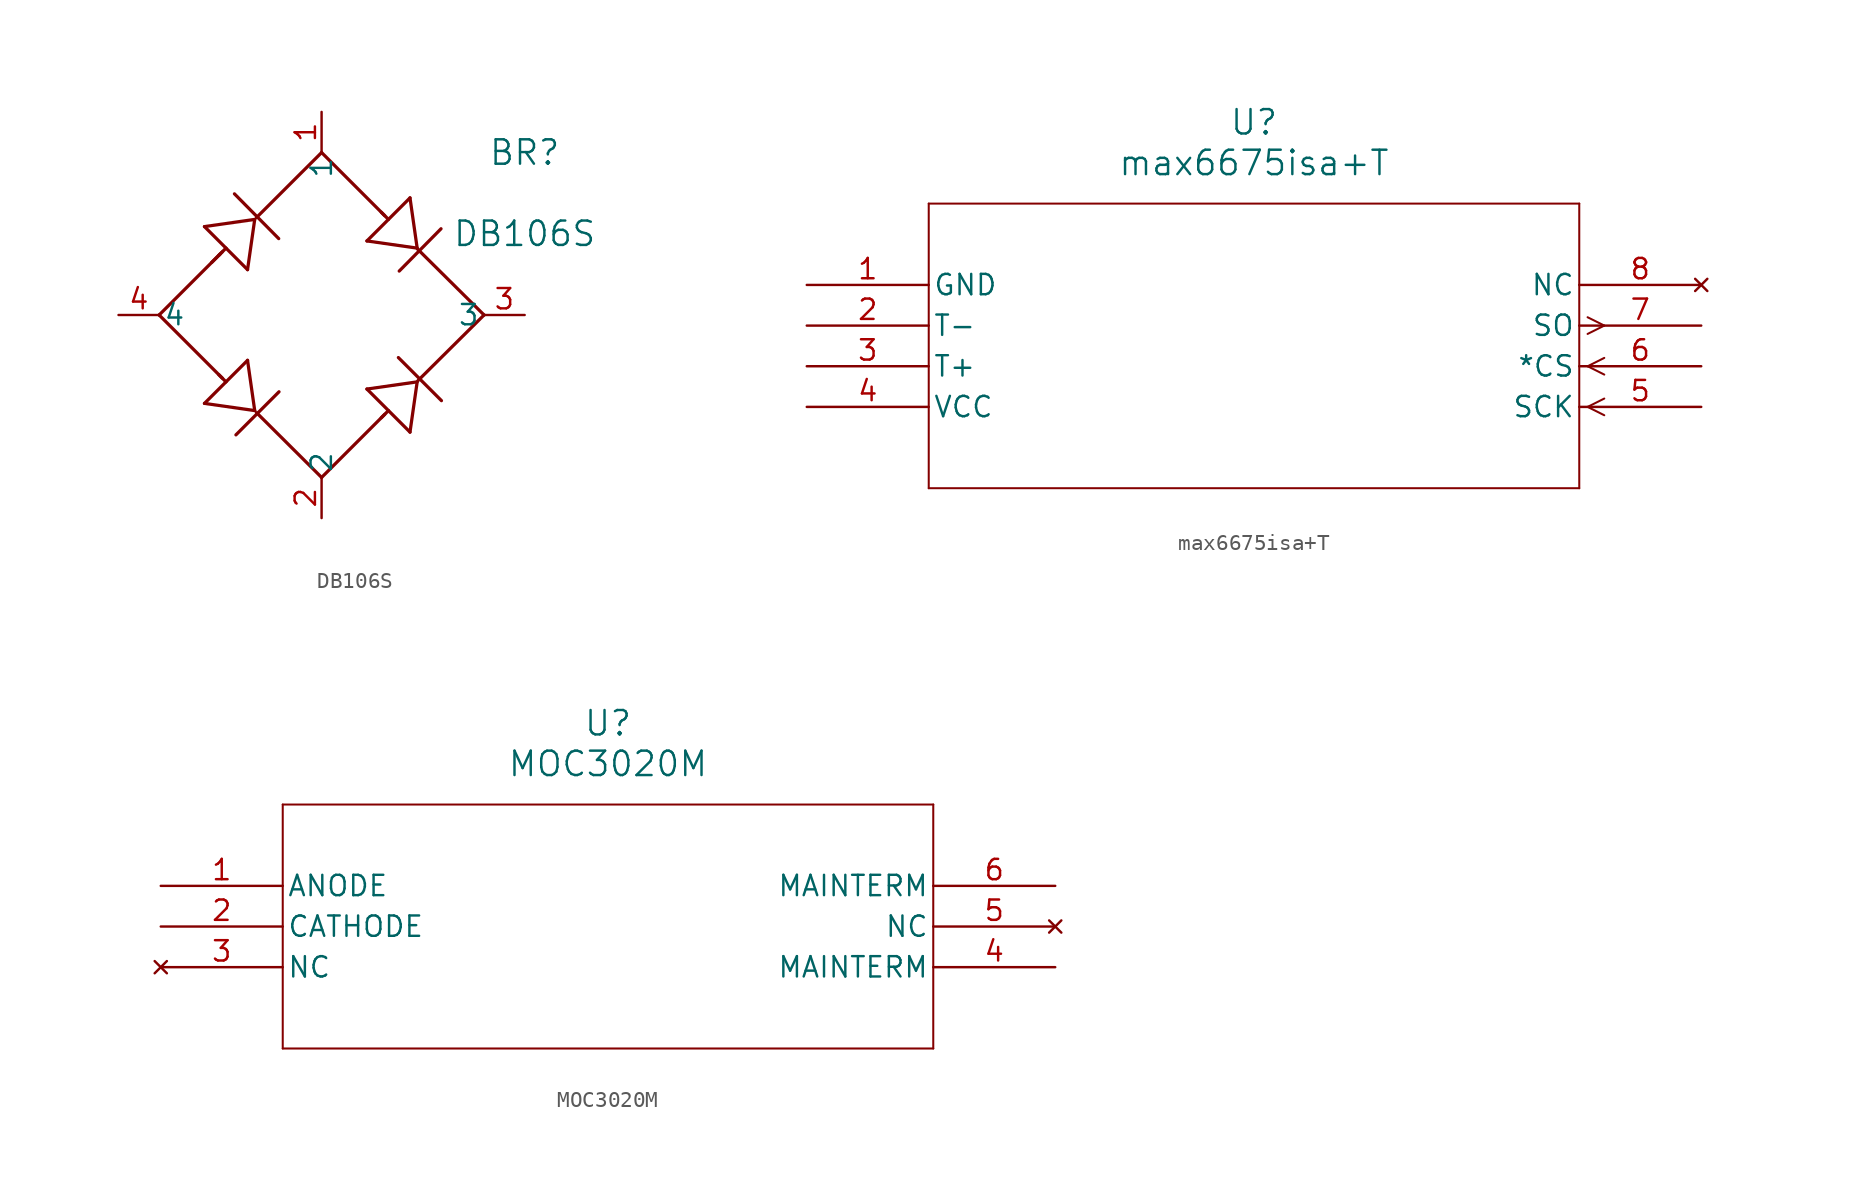
<source format=kicad_sym>
(kicad_symbol_lib
  (version 20241209)
  (generator "kicad_symbol_editor")
  (generator_version "9.0")
  (symbol "DB106S"
    (pin_names
      (offset 0.254))
    (property "Reference" "BR"
      (at 25.4 10.16 0)
      (effects (font (size 1.524 1.524))))
    (property "Value" "DB106S"
      (at 25.4 5.08 0)
      (effects (font (size 1.524 1.524))))
    (property "ki_locked" ""
      (at 0 0 0)
      (effects (font (size 1.27 1.27))))
    (symbol "DB106S_0_1"
      (polyline (pts (xy 2.54 0) (xy 6.35 3.81)) (stroke (width 0.203) (type default)) (fill (type none)))
      (polyline (pts (xy 2.54 0) (xy 6.489 -3.949)) (stroke (width 0.203) (type default)) (fill (type none)))
      (polyline (pts (xy 5.375 5.529) (xy 8.069 2.835)) (stroke (width 0.203) (type default)) (fill (type none)))
      (polyline (pts (xy 5.375 -5.529) (xy 8.518 -5.978)) (stroke (width 0.203) (type default)) (fill (type none)))
      (polyline (pts (xy 5.824 3.284) (xy 6.489 3.949)) (stroke (width 0.203) (type default)) (fill (type none)))
      (polyline (pts (xy 6.273 3.733) (xy 6.722 4.182)) (stroke (width 0.203) (type default)) (fill (type none)))
      (polyline (pts (xy 6.273 -3.733) (xy 6.722 -4.182)) (stroke (width 0.203) (type default)) (fill (type none)))
      (polyline (pts (xy 7.343 -7.496) (xy 10.037 -4.802)) (stroke (width 0.203) (type default)) (fill (type none)))
      (polyline (pts (xy 8.069 2.835) (xy 8.518 5.978)) (stroke (width 0.203) (type default)) (fill (type none)))
      (polyline (pts (xy 8.069 -2.835) (xy 5.375 -5.529)) (stroke (width 0.203) (type default)) (fill (type none)))
      (polyline (pts (xy 8.518 5.978) (xy 5.375 5.529)) (stroke (width 0.203) (type default)) (fill (type none)))
      (polyline (pts (xy 8.518 -5.978) (xy 8.069 -2.835)) (stroke (width 0.203) (type default)) (fill (type none)))
      (polyline (pts (xy 8.634 6.1) (xy 12.7 10.16)) (stroke (width 0.203) (type default)) (fill (type none)))
      (polyline (pts (xy 10.019 4.777) (xy 7.25 7.577)) (stroke (width 0.203) (type default)) (fill (type none)))
      (polyline (pts (xy 12.7 10.16) (xy 16.648 6.212)) (stroke (width 0.203) (type default)) (fill (type none)))
      (polyline (pts (xy 12.7 -10.16) (xy 8.634 -6.111)) (stroke (width 0.203) (type default)) (fill (type none)))
      (polyline (pts (xy 12.7 -10.16) (xy 16.648 -6.212)) (stroke (width 0.203) (type default)) (fill (type none)))
      (polyline (pts (xy 15.535 4.631) (xy 18.678 4.182)) (stroke (width 0.203) (type default)) (fill (type none)))
      (polyline (pts (xy 15.535 -4.631) (xy 18.229 -7.325)) (stroke (width 0.203) (type default)) (fill (type none)))
      (polyline (pts (xy 16.433 6.427) (xy 16.882 5.978)) (stroke (width 0.203) (type default)) (fill (type none)))
      (polyline (pts (xy 16.433 -6.427) (xy 16.882 -5.978)) (stroke (width 0.203) (type default)) (fill (type none)))
      (polyline (pts (xy 17.555 2.747) (xy 20.169 5.393)) (stroke (width 0.203) (type default)) (fill (type none)))
      (polyline (pts (xy 18.229 7.325) (xy 15.535 4.631)) (stroke (width 0.203) (type default)) (fill (type none)))
      (polyline (pts (xy 18.229 -7.325) (xy 18.678 -4.182)) (stroke (width 0.203) (type default)) (fill (type none)))
      (polyline (pts (xy 18.678 4.182) (xy 18.229 7.325)) (stroke (width 0.203) (type default)) (fill (type none)))
      (polyline (pts (xy 18.678 -4.182) (xy 15.535 -4.631)) (stroke (width 0.203) (type default)) (fill (type none)))
      (polyline (pts (xy 20.196 -5.357) (xy 17.502 -2.663)) (stroke (width 0.203) (type default)) (fill (type none)))
      (polyline (pts (xy 22.86 0) (xy 18.693 4.131)) (stroke (width 0.203) (type default)) (fill (type none)))
      (polyline (pts (xy 22.86 0) (xy 18.736 -4.096)) (stroke (width 0.203) (type default)) (fill (type none)))
      (pin unspecified line (at 0 0 0) (length 2.54) (name "4" (effects (font (size 1.27 1.27)))) (number "4" (effects (font (size 1.27 1.27)))))
      (pin unspecified line (at 12.7 12.7 270) (length 2.54) (name "1" (effects (font (size 1.27 1.27)))) (number "1" (effects (font (size 1.27 1.27)))))
      (pin unspecified line (at 12.7 -12.7 90) (length 2.54) (name "2" (effects (font (size 1.27 1.27)))) (number "2" (effects (font (size 1.27 1.27)))))
      (pin unspecified line (at 25.4 0 180) (length 2.54) (name "3" (effects (font (size 1.27 1.27)))) (number "3" (effects (font (size 1.27 1.27)))))))
  (symbol "max6675isa+T"
    (pin_names
      (offset 0.254))
    (property "Reference" "U"
      (at 27.94 10.16 0)
      (effects (font (size 1.524 1.524))))
    (property "Value" "max6675isa+T"
      (at 27.94 7.62 0)
      (effects (font (size 1.524 1.524))))
    (property "ki_locked" ""
      (at 0 0 0)
      (effects (font (size 1.27 1.27))))
    (symbol "max6675isa+T_0_1"
      (polyline (pts (xy 7.62 5.08) (xy 7.62 -12.7)) (stroke (width 0.127) (type default)) (fill (type none)))
      (polyline (pts (xy 7.62 -12.7) (xy 48.26 -12.7)) (stroke (width 0.127) (type default)) (fill (type none)))
      (polyline (pts (xy 48.26 5.08) (xy 7.62 5.08)) (stroke (width 0.127) (type default)) (fill (type none)))
      (polyline (pts (xy 48.26 -12.7) (xy 48.26 5.08)) (stroke (width 0.127) (type default)) (fill (type none)))
      (polyline (pts (xy 48.781 -2.019) (xy 49.822 -2.54)) (stroke (width 0.127) (type default)) (fill (type none)))
      (polyline (pts (xy 48.781 -3.061) (xy 49.822 -2.54)) (stroke (width 0.127) (type default)) (fill (type none)))
      (polyline (pts (xy 48.781 -5.08) (xy 49.822 -4.559)) (stroke (width 0.127) (type default)) (fill (type none)))
      (polyline (pts (xy 48.781 -5.08) (xy 49.822 -5.601)) (stroke (width 0.127) (type default)) (fill (type none)))
      (polyline (pts (xy 48.781 -7.62) (xy 49.822 -7.099)) (stroke (width 0.127) (type default)) (fill (type none)))
      (polyline (pts (xy 48.781 -7.62) (xy 49.822 -8.141)) (stroke (width 0.127) (type default)) (fill (type none)))
      (pin power_in line (at 0 0 0) (length 7.62) (name "GND" (effects (font (size 1.27 1.27)))) (number "1" (effects (font (size 1.27 1.27)))))
      (pin unspecified line (at 0 -2.54 0) (length 7.62) (name "T-" (effects (font (size 1.27 1.27)))) (number "2" (effects (font (size 1.27 1.27)))))
      (pin unspecified line (at 0 -5.08 0) (length 7.62) (name "T+" (effects (font (size 1.27 1.27)))) (number "3" (effects (font (size 1.27 1.27)))))
      (pin power_in line (at 0 -7.62 0) (length 7.62) (name "VCC" (effects (font (size 1.27 1.27)))) (number "4" (effects (font (size 1.27 1.27)))))
      (pin no_connect line (at 55.88 0 180) (length 7.62) (name "NC" (effects (font (size 1.27 1.27)))) (number "8" (effects (font (size 1.27 1.27)))))
      (pin output line (at 55.88 -2.54 180) (length 7.62) (name "SO" (effects (font (size 1.27 1.27)))) (number "7" (effects (font (size 1.27 1.27)))))
      (pin input line (at 55.88 -5.08 180) (length 7.62) (name "*CS" (effects (font (size 1.27 1.27)))) (number "6" (effects (font (size 1.27 1.27)))))
      (pin input line (at 55.88 -7.62 180) (length 7.62) (name "SCK" (effects (font (size 1.27 1.27)))) (number "5" (effects (font (size 1.27 1.27)))))))
  (symbol "MOC3020M"
    (pin_names
      (offset 0.254))
    (property "Reference" "U"
      (at 27.94 10.16 0)
      (effects (font (size 1.524 1.524))))
    (property "Value" "MOC3020M"
      (at 27.94 7.62 0)
      (effects (font (size 1.524 1.524))))
    (property "ki_locked" ""
      (at 0 0 0)
      (effects (font (size 1.27 1.27))))
    (symbol "MOC3020M_0_1"
      (polyline (pts (xy 7.62 5.08) (xy 7.62 -10.16)) (stroke (width 0.127) (type default)) (fill (type none)))
      (polyline (pts (xy 7.62 -10.16) (xy 48.26 -10.16)) (stroke (width 0.127) (type default)) (fill (type none)))
      (polyline (pts (xy 48.26 5.08) (xy 7.62 5.08)) (stroke (width 0.127) (type default)) (fill (type none)))
      (polyline (pts (xy 48.26 -10.16) (xy 48.26 5.08)) (stroke (width 0.127) (type default)) (fill (type none)))
      (pin unspecified line (at 0 0 0) (length 7.62) (name "ANODE" (effects (font (size 1.27 1.27)))) (number "1" (effects (font (size 1.27 1.27)))))
      (pin unspecified line (at 0 -2.54 0) (length 7.62) (name "CATHODE" (effects (font (size 1.27 1.27)))) (number "2" (effects (font (size 1.27 1.27)))))
      (pin no_connect line (at 0 -5.08 0) (length 7.62) (name "NC" (effects (font (size 1.27 1.27)))) (number "3" (effects (font (size 1.27 1.27)))))
      (pin unspecified line (at 55.88 0 180) (length 7.62) (name "MAINTERM" (effects (font (size 1.27 1.27)))) (number "6" (effects (font (size 1.27 1.27)))))
      (pin no_connect line (at 55.88 -2.54 180) (length 7.62) (name "NC" (effects (font (size 1.27 1.27)))) (number "5" (effects (font (size 1.27 1.27)))))
      (pin unspecified line (at 55.88 -5.08 180) (length 7.62) (name "MAINTERM" (effects (font (size 1.27 1.27)))) (number "4" (effects (font (size 1.27 1.27))))))))
</source>
